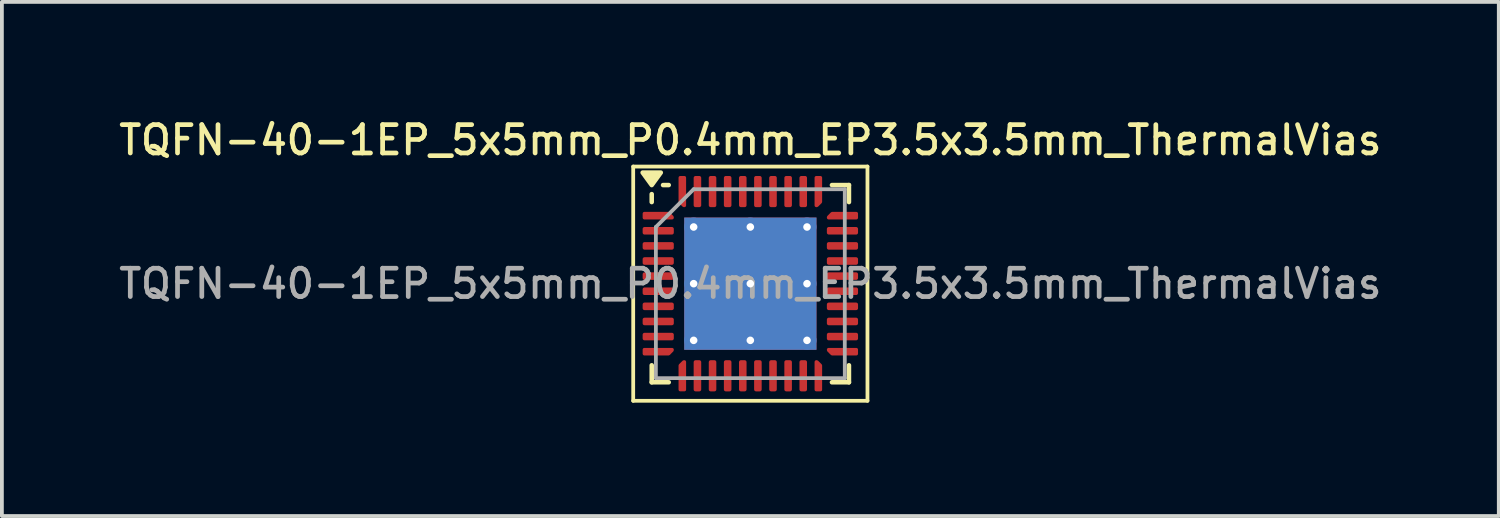
<source format=kicad_pcb>
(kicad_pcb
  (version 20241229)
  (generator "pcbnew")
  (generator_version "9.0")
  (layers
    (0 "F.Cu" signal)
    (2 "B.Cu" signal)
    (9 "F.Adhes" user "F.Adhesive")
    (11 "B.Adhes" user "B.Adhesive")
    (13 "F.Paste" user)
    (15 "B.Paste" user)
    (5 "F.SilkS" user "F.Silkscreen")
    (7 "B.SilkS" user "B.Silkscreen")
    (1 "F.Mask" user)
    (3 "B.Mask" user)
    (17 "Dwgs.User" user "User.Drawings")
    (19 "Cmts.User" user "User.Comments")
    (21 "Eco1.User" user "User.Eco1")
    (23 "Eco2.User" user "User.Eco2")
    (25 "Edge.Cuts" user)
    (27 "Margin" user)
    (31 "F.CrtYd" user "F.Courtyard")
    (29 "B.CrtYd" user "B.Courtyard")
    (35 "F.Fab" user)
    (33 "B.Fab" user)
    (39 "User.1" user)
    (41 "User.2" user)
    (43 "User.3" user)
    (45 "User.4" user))
  (footprint "TQFN-40-1EP_5x5mm_P0.4mm_EP3.5x3.5mm_ThermalVias"
    (layer "F.Cu")
    (at 16.809 4.458)
    (property "Reference" "TQFN-40-1EP_5x5mm_P0.4mm_EP3.5x3.5mm_ThermalVias" (at 0 -3.8 0) (layer "F.SilkS") (effects (font (size 0.75 0.75) (thickness 0.125))))
    (attr smd)
    (fp_line (start -3.1 -3.1) (end -3.1 3.1) (stroke (width 0.1) (type solid)) (layer "F.SilkS"))
    (fp_line (start -3.1 3.1) (end 3.1 3.1) (stroke (width 0.1) (type solid)) (layer "F.SilkS"))
    (fp_line (start -2.61 -2.16) (end -2.61 -2.37) (stroke (width 0.12) (type solid)) (layer "F.SilkS"))
    (fp_line (start -2.61 2.61) (end -2.61 2.16) (stroke (width 0.12) (type solid)) (layer "F.SilkS"))
    (fp_line (start -2.16 -2.61) (end -2.31 -2.61) (stroke (width 0.12) (type solid)) (layer "F.SilkS"))
    (fp_line (start -2.16 2.61) (end -2.61 2.61) (stroke (width 0.12) (type solid)) (layer "F.SilkS"))
    (fp_line (start 2.16 -2.61) (end 2.61 -2.61) (stroke (width 0.12) (type solid)) (layer "F.SilkS"))
    (fp_line (start 2.16 2.61) (end 2.61 2.61) (stroke (width 0.12) (type solid)) (layer "F.SilkS"))
    (fp_line (start 2.61 -2.61) (end 2.61 -2.16) (stroke (width 0.12) (type solid)) (layer "F.SilkS"))
    (fp_line (start 2.61 2.61) (end 2.61 2.16) (stroke (width 0.12) (type solid)) (layer "F.SilkS"))
    (fp_line (start 3.1 -3.1) (end -3.1 -3.1) (stroke (width 0.1) (type solid)) (layer "F.SilkS"))
    (fp_line (start 3.1 3.1) (end 3.1 -3.1) (stroke (width 0.1) (type solid)) (layer "F.SilkS"))
    (fp_poly (pts (xy -2.61 -2.61) (xy -2.85 -2.94) (xy -2.37 -2.94) (xy -2.61 -2.61)) (stroke (width 0.12) (type solid)) (fill yes) (layer "F.SilkS"))
    (fp_line (start -2.5 -1.5) (end -1.5 -2.5) (stroke (width 0.1) (type solid)) (layer "F.Fab"))
    (fp_line (start -2.5 2.5) (end -2.5 -1.5) (stroke (width 0.1) (type solid)) (layer "F.Fab"))
    (fp_line (start -1.5 -2.5) (end 2.5 -2.5) (stroke (width 0.1) (type solid)) (layer "F.Fab"))
    (fp_line (start 2.5 -2.5) (end 2.5 2.5) (stroke (width 0.1) (type solid)) (layer "F.Fab"))
    (fp_line (start 2.5 2.5) (end -2.5 2.5) (stroke (width 0.1) (type solid)) (layer "F.Fab"))
    (fp_text user "${REFERENCE}" (at 0 0 0) (layer "F.Fab") (effects (font (size 0.75 0.75) (thickness 0.125))))
    (pad "" smd roundrect (at -0.875 -0.875) (size 1.52 1.52) (layers "F.Paste") (roundrect_rratio 0.164))
    (pad "" smd roundrect (at -0.875 0.875) (size 1.52 1.52) (layers "F.Paste") (roundrect_rratio 0.164))
    (pad "" smd roundrect (at 0.875 -0.875) (size 1.52 1.52) (layers "F.Paste") (roundrect_rratio 0.164))
    (pad "" smd roundrect (at 0.875 0.875) (size 1.52 1.52) (layers "F.Paste") (roundrect_rratio 0.164))
    (pad "1" smd custom (at -2.438 -1.8) (size 0.115 0.115) (layers "F.Cu" "F.Mask" "F.Paste") (options (anchor circle)) (primitives (gr_poly (pts (xy -0.372 -0.06) (xy 0.276 -0.06) (xy 0.372 0.037) (xy 0.372 0.06) (xy -0.372 0.06)) (width 0.08) (fill yes))))
    (pad "2" smd roundrect (at -2.438 -1.4) (size 0.825 0.2) (layers "F.Cu" "F.Mask" "F.Paste") (roundrect_rratio 0.25))
    (pad "3" smd roundrect (at -2.438 -1) (size 0.825 0.2) (layers "F.Cu" "F.Mask" "F.Paste") (roundrect_rratio 0.25))
    (pad "4" smd roundrect (at -2.438 -0.6) (size 0.825 0.2) (layers "F.Cu" "F.Mask" "F.Paste") (roundrect_rratio 0.25))
    (pad "5" smd roundrect (at -2.438 -0.2) (size 0.825 0.2) (layers "F.Cu" "F.Mask" "F.Paste") (roundrect_rratio 0.25))
    (pad "6" smd roundrect (at -2.438 0.2) (size 0.825 0.2) (layers "F.Cu" "F.Mask" "F.Paste") (roundrect_rratio 0.25))
    (pad "7" smd roundrect (at -2.438 0.6) (size 0.825 0.2) (layers "F.Cu" "F.Mask" "F.Paste") (roundrect_rratio 0.25))
    (pad "8" smd roundrect (at -2.438 1) (size 0.825 0.2) (layers "F.Cu" "F.Mask" "F.Paste") (roundrect_rratio 0.25))
    (pad "9" smd roundrect (at -2.438 1.4) (size 0.825 0.2) (layers "F.Cu" "F.Mask" "F.Paste") (roundrect_rratio 0.25))
    (pad "10" smd custom (at -2.438 1.8) (size 0.115 0.115) (layers "F.Cu" "F.Mask" "F.Paste") (options (anchor circle)) (primitives (gr_poly (pts (xy -0.372 -0.06) (xy 0.372 -0.06) (xy 0.372 -0.037) (xy 0.276 0.06) (xy -0.372 0.06)) (width 0.08) (fill yes))))
    (pad "11" smd custom (at -1.8 2.438) (size 0.115 0.115) (layers "F.Cu" "F.Mask" "F.Paste") (options (anchor circle)) (primitives (gr_poly (pts (xy -0.06 -0.276) (xy 0.037 -0.372) (xy 0.06 -0.372) (xy 0.06 0.372) (xy -0.06 0.372)) (width 0.08) (fill yes))))
    (pad "12" smd roundrect (at -1.4 2.438) (size 0.2 0.825) (layers "F.Cu" "F.Mask" "F.Paste") (roundrect_rratio 0.25))
    (pad "13" smd roundrect (at -1 2.438) (size 0.2 0.825) (layers "F.Cu" "F.Mask" "F.Paste") (roundrect_rratio 0.25))
    (pad "14" smd roundrect (at -0.6 2.438) (size 0.2 0.825) (layers "F.Cu" "F.Mask" "F.Paste") (roundrect_rratio 0.25))
    (pad "15" smd roundrect (at -0.2 2.438) (size 0.2 0.825) (layers "F.Cu" "F.Mask" "F.Paste") (roundrect_rratio 0.25))
    (pad "16" smd roundrect (at 0.2 2.438) (size 0.2 0.825) (layers "F.Cu" "F.Mask" "F.Paste") (roundrect_rratio 0.25))
    (pad "17" smd roundrect (at 0.6 2.438) (size 0.2 0.825) (layers "F.Cu" "F.Mask" "F.Paste") (roundrect_rratio 0.25))
    (pad "18" smd roundrect (at 1 2.438) (size 0.2 0.825) (layers "F.Cu" "F.Mask" "F.Paste") (roundrect_rratio 0.25))
    (pad "19" smd roundrect (at 1.4 2.438) (size 0.2 0.825) (layers "F.Cu" "F.Mask" "F.Paste") (roundrect_rratio 0.25))
    (pad "20" smd custom (at 1.8 2.438) (size 0.115 0.115) (layers "F.Cu" "F.Mask" "F.Paste") (options (anchor circle)) (primitives (gr_poly (pts (xy -0.06 -0.372) (xy -0.037 -0.372) (xy 0.06 -0.276) (xy 0.06 0.372) (xy -0.06 0.372)) (width 0.08) (fill yes))))
    (pad "21" smd custom (at 2.438 1.8) (size 0.115 0.115) (layers "F.Cu" "F.Mask" "F.Paste") (options (anchor circle)) (primitives (gr_poly (pts (xy -0.372 -0.06) (xy 0.372 -0.06) (xy 0.372 0.06) (xy -0.276 0.06) (xy -0.372 -0.037)) (width 0.08) (fill yes))))
    (pad "22" smd roundrect (at 2.438 1.4) (size 0.825 0.2) (layers "F.Cu" "F.Mask" "F.Paste") (roundrect_rratio 0.25))
    (pad "23" smd roundrect (at 2.438 1) (size 0.825 0.2) (layers "F.Cu" "F.Mask" "F.Paste") (roundrect_rratio 0.25))
    (pad "24" smd roundrect (at 2.438 0.6) (size 0.825 0.2) (layers "F.Cu" "F.Mask" "F.Paste") (roundrect_rratio 0.25))
    (pad "25" smd roundrect (at 2.438 0.2) (size 0.825 0.2) (layers "F.Cu" "F.Mask" "F.Paste") (roundrect_rratio 0.25))
    (pad "26" smd roundrect (at 2.438 -0.2) (size 0.825 0.2) (layers "F.Cu" "F.Mask" "F.Paste") (roundrect_rratio 0.25))
    (pad "27" smd roundrect (at 2.438 -0.6) (size 0.825 0.2) (layers "F.Cu" "F.Mask" "F.Paste") (roundrect_rratio 0.25))
    (pad "28" smd roundrect (at 2.438 -1) (size 0.825 0.2) (layers "F.Cu" "F.Mask" "F.Paste") (roundrect_rratio 0.25))
    (pad "29" smd roundrect (at 2.438 -1.4) (size 0.825 0.2) (layers "F.Cu" "F.Mask" "F.Paste") (roundrect_rratio 0.25))
    (pad "30" smd custom (at 2.438 -1.8) (size 0.115 0.115) (layers "F.Cu" "F.Mask" "F.Paste") (options (anchor circle)) (primitives (gr_poly (pts (xy -0.372 0.037) (xy -0.276 -0.06) (xy 0.372 -0.06) (xy 0.372 0.06) (xy -0.372 0.06)) (width 0.08) (fill yes))))
    (pad "31" smd custom (at 1.8 -2.438) (size 0.115 0.115) (layers "F.Cu" "F.Mask" "F.Paste") (options (anchor circle)) (primitives (gr_poly (pts (xy -0.06 -0.372) (xy 0.06 -0.372) (xy 0.06 0.276) (xy -0.037 0.372) (xy -0.06 0.372)) (width 0.08) (fill yes))))
    (pad "32" smd roundrect (at 1.4 -2.438) (size 0.2 0.825) (layers "F.Cu" "F.Mask" "F.Paste") (roundrect_rratio 0.25))
    (pad "33" smd roundrect (at 1 -2.438) (size 0.2 0.825) (layers "F.Cu" "F.Mask" "F.Paste") (roundrect_rratio 0.25))
    (pad "34" smd roundrect (at 0.6 -2.438) (size 0.2 0.825) (layers "F.Cu" "F.Mask" "F.Paste") (roundrect_rratio 0.25))
    (pad "35" smd roundrect (at 0.2 -2.438) (size 0.2 0.825) (layers "F.Cu" "F.Mask" "F.Paste") (roundrect_rratio 0.25))
    (pad "36" smd roundrect (at -0.2 -2.438) (size 0.2 0.825) (layers "F.Cu" "F.Mask" "F.Paste") (roundrect_rratio 0.25))
    (pad "37" smd roundrect (at -0.6 -2.438) (size 0.2 0.825) (layers "F.Cu" "F.Mask" "F.Paste") (roundrect_rratio 0.25))
    (pad "38" smd roundrect (at -1 -2.438) (size 0.2 0.825) (layers "F.Cu" "F.Mask" "F.Paste") (roundrect_rratio 0.25))
    (pad "39" smd roundrect (at -1.4 -2.438) (size 0.2 0.825) (layers "F.Cu" "F.Mask" "F.Paste") (roundrect_rratio 0.25))
    (pad "40" smd custom (at -1.8 -2.438) (size 0.115 0.115) (layers "F.Cu" "F.Mask" "F.Paste") (options (anchor circle)) (primitives (gr_poly (pts (xy -0.06 -0.372) (xy 0.06 -0.372) (xy 0.06 0.372) (xy 0.037 0.372) (xy -0.06 0.276)) (width 0.08) (fill yes))))
    (pad "41" thru_hole circle (at -1.5 -1.5) (size 0.5 0.5) (drill 0.2) (property pad_prop_heatsink) (layers "*.Cu"))
    (pad "41" thru_hole circle (at -1.5 0) (size 0.5 0.5) (drill 0.2) (property pad_prop_heatsink) (layers "*.Cu"))
    (pad "41" thru_hole circle (at -1.5 1.5) (size 0.5 0.5) (drill 0.2) (property pad_prop_heatsink) (layers "*.Cu"))
    (pad "41" thru_hole circle (at 0 -1.5) (size 0.5 0.5) (drill 0.2) (property pad_prop_heatsink) (layers "*.Cu"))
    (pad "41" thru_hole circle (at 0 0) (size 0.5 0.5) (drill 0.2) (property pad_prop_heatsink) (layers "*.Cu"))
    (pad "41" smd rect (at 0 0) (size 3.5 3.5) (property pad_prop_heatsink) (layers "F.Cu" "F.Mask"))
    (pad "41" smd rect (at 0 0) (size 3.5 3.5) (property pad_prop_heatsink) (layers "B.Cu"))
    (pad "41" thru_hole circle (at 0 1.5) (size 0.5 0.5) (drill 0.2) (property pad_prop_heatsink) (layers "*.Cu"))
    (pad "41" thru_hole circle (at 1.5 -1.5) (size 0.5 0.5) (drill 0.2) (property pad_prop_heatsink) (layers "*.Cu"))
    (pad "41" thru_hole circle (at 1.5 0) (size 0.5 0.5) (drill 0.2) (property pad_prop_heatsink) (layers "*.Cu"))
    (pad "41" thru_hole circle (at 1.5 1.5) (size 0.5 0.5) (drill 0.2) (property pad_prop_heatsink) (layers "*.Cu")))
  (gr_rect
    (start -3 -3)
    (end 36.618 10.608)
    (stroke (width 0.1) (type default))
    (fill no)
    (layer "Edge.Cuts")))
</source>
